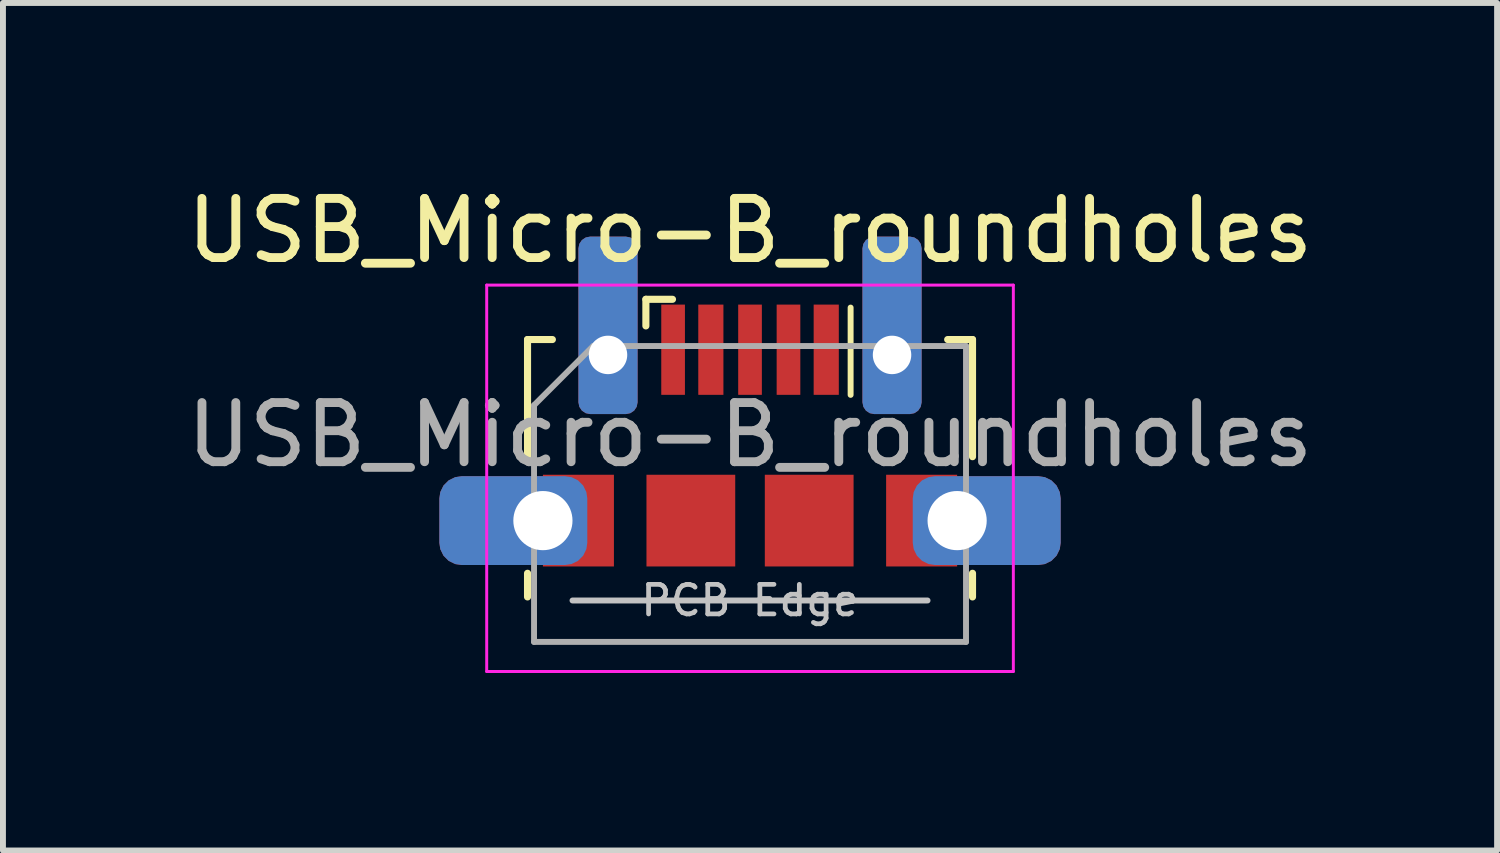
<source format=kicad_pcb>
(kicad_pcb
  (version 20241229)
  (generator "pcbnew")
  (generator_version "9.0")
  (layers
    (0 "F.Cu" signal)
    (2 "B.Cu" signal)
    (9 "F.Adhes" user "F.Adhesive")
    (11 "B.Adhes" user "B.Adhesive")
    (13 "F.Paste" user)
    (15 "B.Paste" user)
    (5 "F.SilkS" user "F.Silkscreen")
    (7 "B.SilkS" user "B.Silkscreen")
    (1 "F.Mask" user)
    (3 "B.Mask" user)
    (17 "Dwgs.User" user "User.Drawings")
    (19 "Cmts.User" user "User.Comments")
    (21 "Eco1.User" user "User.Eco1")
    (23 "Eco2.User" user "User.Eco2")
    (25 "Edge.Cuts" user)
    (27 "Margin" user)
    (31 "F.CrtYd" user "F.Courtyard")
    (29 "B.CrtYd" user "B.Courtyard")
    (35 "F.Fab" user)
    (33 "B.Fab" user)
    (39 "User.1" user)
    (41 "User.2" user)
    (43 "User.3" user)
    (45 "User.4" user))
  (footprint "USB_Micro-B_roundholes"
    (layer "F.Cu")
    (at 9.625 4.348)
    (property "Reference" "USB_Micro-B_roundholes" (at 0 -3.5 0) (layer "F.SilkS") (effects (font (size 1 1) (thickness 0.15))))
    (attr smd)
    (fp_line (start -3.76 -1.66) (end -3.34 -1.66) (stroke (width 0.12) (type solid)) (layer "F.SilkS"))
    (fp_line (start -3.76 0.32) (end -3.76 -1.66) (stroke (width 0.12) (type solid)) (layer "F.SilkS"))
    (fp_line (start -3.76 2.69) (end -3.76 2.29) (stroke (width 0.12) (type solid)) (layer "F.SilkS"))
    (fp_line (start -1.76 -1.89) (end -1.76 -2.34) (stroke (width 0.12) (type solid)) (layer "F.SilkS"))
    (fp_line (start -1.31 -2.34) (end -1.76 -2.34) (stroke (width 0.12) (type solid)) (layer "F.SilkS"))
    (fp_line (start 1.7 -0.725) (end 1.7 -2.2) (stroke (width 0.1) (type default)) (layer "F.SilkS"))
    (fp_line (start 3.76 -1.66) (end 3.34 -1.66) (stroke (width 0.12) (type solid)) (layer "F.SilkS"))
    (fp_line (start 3.76 0.32) (end 3.76 -1.66) (stroke (width 0.12) (type solid)) (layer "F.SilkS"))
    (fp_line (start 3.76 2.29) (end 3.76 2.69) (stroke (width 0.12) (type solid)) (layer "F.SilkS"))
    (fp_line (start 3 2.75) (end -3 2.75) (stroke (width 0.1) (type solid)) (layer "Dwgs.User"))
    (fp_line (start -4.45 -2.58) (end -4.45 3.95) (stroke (width 0.05) (type solid)) (layer "F.CrtYd"))
    (fp_line (start -4.45 -2.58) (end 4.45 -2.58) (stroke (width 0.05) (type solid)) (layer "F.CrtYd"))
    (fp_line (start -4.45 3.95) (end 4.45 3.95) (stroke (width 0.05) (type solid)) (layer "F.CrtYd"))
    (fp_line (start 4.45 -2.58) (end 4.45 3.95) (stroke (width 0.05) (type solid)) (layer "F.CrtYd"))
    (fp_line (start -3.65 -0.55) (end -2.65 -1.55) (stroke (width 0.1) (type solid)) (layer "F.Fab"))
    (fp_line (start -3.65 3.45) (end -3.65 -0.55) (stroke (width 0.1) (type solid)) (layer "F.Fab"))
    (fp_line (start -2.65 -1.55) (end 3.65 -1.55) (stroke (width 0.1) (type solid)) (layer "F.Fab"))
    (fp_line (start 3.65 -1.55) (end 3.65 3.45) (stroke (width 0.1) (type solid)) (layer "F.Fab"))
    (fp_line (start 3.65 3.45) (end -3.65 3.45) (stroke (width 0.1) (type solid)) (layer "F.Fab"))
    (fp_text user "PCB Edge" (at 0 2.75 0) (layer "Dwgs.User") (effects (font (size 0.5 0.5) (thickness 0.08))))
    (fp_text user "${REFERENCE}" (at 0 -0.05 0) (layer "F.Fab") (effects (font (size 1 1) (thickness 0.15))))
    (pad "1" smd rect (at -1.3 -1.488) (size 0.4 1.525) (layers "F.Cu" "F.Mask" "F.Paste"))
    (pad "2" smd rect (at -0.662 -1.488) (size 0.425 1.525) (layers "F.Cu" "F.Mask" "F.Paste"))
    (pad "3" smd rect (at 0 -1.488) (size 0.4 1.525) (layers "F.Cu" "F.Mask" "F.Paste"))
    (pad "4" smd rect (at 0.65 -1.488) (size 0.4 1.525) (layers "F.Cu" "F.Mask" "F.Paste"))
    (pad "5" smd rect (at 1.288 -1.488) (size 0.425 1.525) (layers "F.Cu" "F.Mask" "F.Paste"))
    (pad "6" thru_hole roundrect (at -3.5 1.4 180) (size 2.5 1.5) (drill 1 (offset 0.5 0)) (layers "*.Cu" "*.Mask") (roundrect_rratio 0.25))
    (pad "6" smd rect (at -2.9 1.4) (size 1.2 1.55) (layers "F.Cu" "F.Mask" "F.Paste"))
    (pad "6" thru_hole roundrect (at -2.4 -1.4) (size 1 3) (drill 0.65 (offset 0 -0.5)) (layers "*.Cu" "*.Mask") (roundrect_rratio 0.2))
    (pad "6" smd rect (at -1 1.4) (size 1.5 1.55) (layers "F.Cu" "F.Mask" "F.Paste"))
    (pad "6" smd rect (at 1 1.4) (size 1.5 1.55) (layers "F.Cu" "F.Mask" "F.Paste"))
    (pad "6" thru_hole roundrect (at 2.4 -1.4) (size 1 3) (drill 0.65 (offset 0 -0.5)) (layers "*.Cu" "*.Mask") (roundrect_rratio 0.2))
    (pad "6" smd rect (at 2.9 1.4) (size 1.2 1.55) (layers "F.Cu" "F.Mask" "F.Paste"))
    (pad "6" thru_hole roundrect (at 3.5 1.4) (size 2.5 1.5) (drill 1 (offset 0.5 0)) (layers "*.Cu" "*.Mask") (roundrect_rratio 0.25)))
  (gr_rect
    (start -3 -3)
    (end 22.25 11.323)
    (stroke (width 0.1) (type default))
    (fill no)
    (layer "Edge.Cuts")))
</source>
